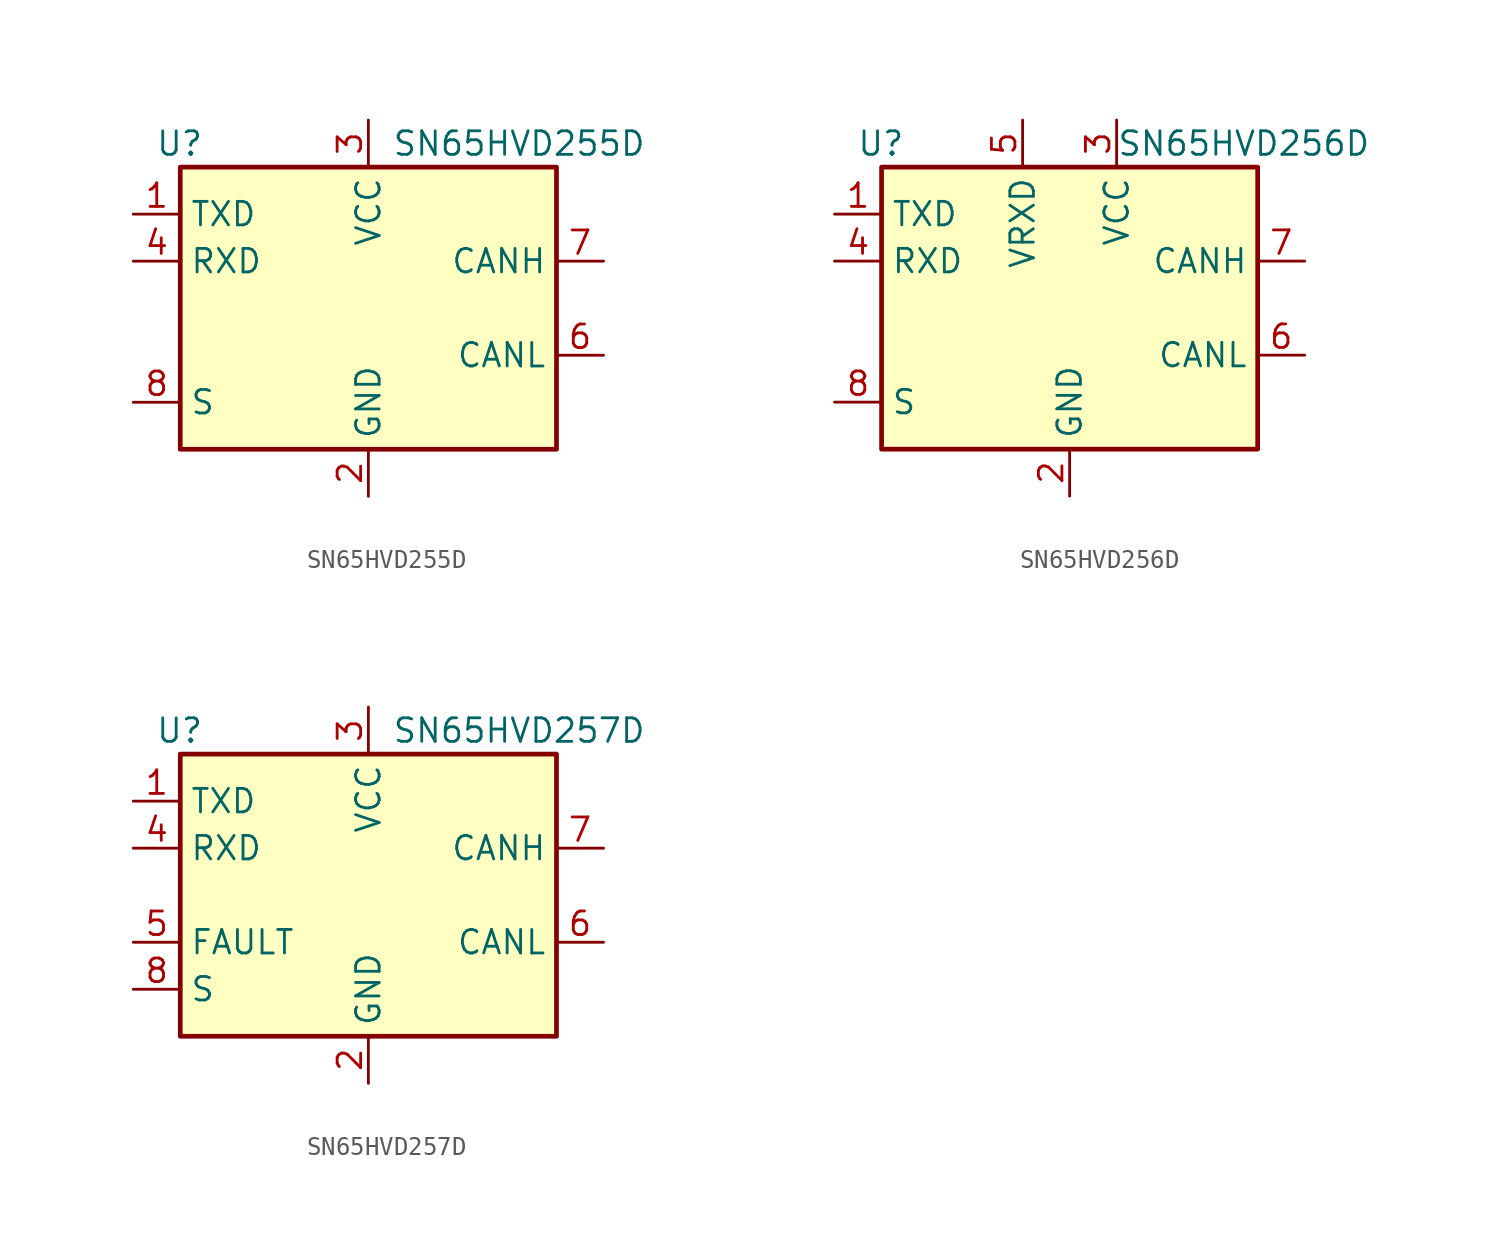
<source format=kicad_sym>
(kicad_symbol_lib
  (version 20211014)
  (generator kicad_symbol_editor)
  (symbol "SN65HVD255D"
    (property "Reference" "U"
      (at -8.89 8.89 0)
      (effects (font (size 1.27 1.27)) (justify right)))
    (property "Value" "SN65HVD255D"
      (at 1.27 8.89 0)
      (effects (font (size 1.27 1.27)) (justify left)))
    (symbol "SN65HVD255D_0_1"
      (rectangle (start -10.16 7.62) (end 10.16 -7.62) (stroke (width 0.254) (type default) (color 0 0 0 0)) (fill (type background))))
    (symbol "SN65HVD255D_1_1"
      (pin input line (at -12.7 5.08 0) (length 2.54) (name "TXD" (effects (font (size 1.27 1.27)))) (number "1" (effects (font (size 1.27 1.27)))))
      (pin power_in line (at 0 -10.16 90) (length 2.54) (name "GND" (effects (font (size 1.27 1.27)))) (number "2" (effects (font (size 1.27 1.27)))))
      (pin power_in line (at 0 10.16 270) (length 2.54) (name "VCC" (effects (font (size 1.27 1.27)))) (number "3" (effects (font (size 1.27 1.27)))))
      (pin output line (at -12.7 2.54 0) (length 2.54) (name "RXD" (effects (font (size 1.27 1.27)))) (number "4" (effects (font (size 1.27 1.27)))))
      (pin no_connect line (at -10.16 -2.54 0) (length 2.54) hide (name "NC" (effects (font (size 1.27 1.27)))) (number "5" (effects (font (size 1.27 1.27)))))
      (pin bidirectional line (at 12.7 -2.54 180) (length 2.54) (name "CANL" (effects (font (size 1.27 1.27)))) (number "6" (effects (font (size 1.27 1.27)))))
      (pin bidirectional line (at 12.7 2.54 180) (length 2.54) (name "CANH" (effects (font (size 1.27 1.27)))) (number "7" (effects (font (size 1.27 1.27)))))
      (pin input line (at -12.7 -5.08 0) (length 2.54) (name "S" (effects (font (size 1.27 1.27)))) (number "8" (effects (font (size 1.27 1.27)))))))
  (symbol "SN65HVD256D"
    (property "Reference" "U"
      (at -8.89 8.89 0)
      (effects (font (size 1.27 1.27)) (justify right)))
    (property "Value" "SN65HVD256D"
      (at 2.54 8.89 0)
      (effects (font (size 1.27 1.27)) (justify left)))
    (symbol "SN65HVD256D_0_1"
      (rectangle (start -10.16 7.62) (end 10.16 -7.62) (stroke (width 0.254) (type default) (color 0 0 0 0)) (fill (type background))))
    (symbol "SN65HVD256D_1_1"
      (pin input line (at -12.7 5.08 0) (length 2.54) (name "TXD" (effects (font (size 1.27 1.27)))) (number "1" (effects (font (size 1.27 1.27)))))
      (pin power_in line (at 0 -10.16 90) (length 2.54) (name "GND" (effects (font (size 1.27 1.27)))) (number "2" (effects (font (size 1.27 1.27)))))
      (pin power_in line (at 2.54 10.16 270) (length 2.54) (name "VCC" (effects (font (size 1.27 1.27)))) (number "3" (effects (font (size 1.27 1.27)))))
      (pin output line (at -12.7 2.54 0) (length 2.54) (name "RXD" (effects (font (size 1.27 1.27)))) (number "4" (effects (font (size 1.27 1.27)))))
      (pin power_in line (at -2.54 10.16 270) (length 2.54) (name "VRXD" (effects (font (size 1.27 1.27)))) (number "5" (effects (font (size 1.27 1.27)))))
      (pin bidirectional line (at 12.7 -2.54 180) (length 2.54) (name "CANL" (effects (font (size 1.27 1.27)))) (number "6" (effects (font (size 1.27 1.27)))))
      (pin bidirectional line (at 12.7 2.54 180) (length 2.54) (name "CANH" (effects (font (size 1.27 1.27)))) (number "7" (effects (font (size 1.27 1.27)))))
      (pin input line (at -12.7 -5.08 0) (length 2.54) (name "S" (effects (font (size 1.27 1.27)))) (number "8" (effects (font (size 1.27 1.27)))))))
  (symbol "SN65HVD257D"
    (property "Reference" "U"
      (at -8.89 8.89 0)
      (effects (font (size 1.27 1.27)) (justify right)))
    (property "Value" "SN65HVD257D"
      (at 1.27 8.89 0)
      (effects (font (size 1.27 1.27)) (justify left)))
    (symbol "SN65HVD257D_0_1"
      (rectangle (start -10.16 7.62) (end 10.16 -7.62) (stroke (width 0.254) (type default) (color 0 0 0 0)) (fill (type background))))
    (symbol "SN65HVD257D_1_1"
      (pin input line (at -12.7 5.08 0) (length 2.54) (name "TXD" (effects (font (size 1.27 1.27)))) (number "1" (effects (font (size 1.27 1.27)))))
      (pin power_in line (at 0 -10.16 90) (length 2.54) (name "GND" (effects (font (size 1.27 1.27)))) (number "2" (effects (font (size 1.27 1.27)))))
      (pin power_in line (at 0 10.16 270) (length 2.54) (name "VCC" (effects (font (size 1.27 1.27)))) (number "3" (effects (font (size 1.27 1.27)))))
      (pin output line (at -12.7 2.54 0) (length 2.54) (name "RXD" (effects (font (size 1.27 1.27)))) (number "4" (effects (font (size 1.27 1.27)))))
      (pin open_collector line (at -12.7 -2.54 0) (length 2.54) (name "FAULT" (effects (font (size 1.27 1.27)))) (number "5" (effects (font (size 1.27 1.27)))))
      (pin bidirectional line (at 12.7 -2.54 180) (length 2.54) (name "CANL" (effects (font (size 1.27 1.27)))) (number "6" (effects (font (size 1.27 1.27)))))
      (pin bidirectional line (at 12.7 2.54 180) (length 2.54) (name "CANH" (effects (font (size 1.27 1.27)))) (number "7" (effects (font (size 1.27 1.27)))))
      (pin input line (at -12.7 -5.08 0) (length 2.54) (name "S" (effects (font (size 1.27 1.27)))) (number "8" (effects (font (size 1.27 1.27))))))))
</source>
